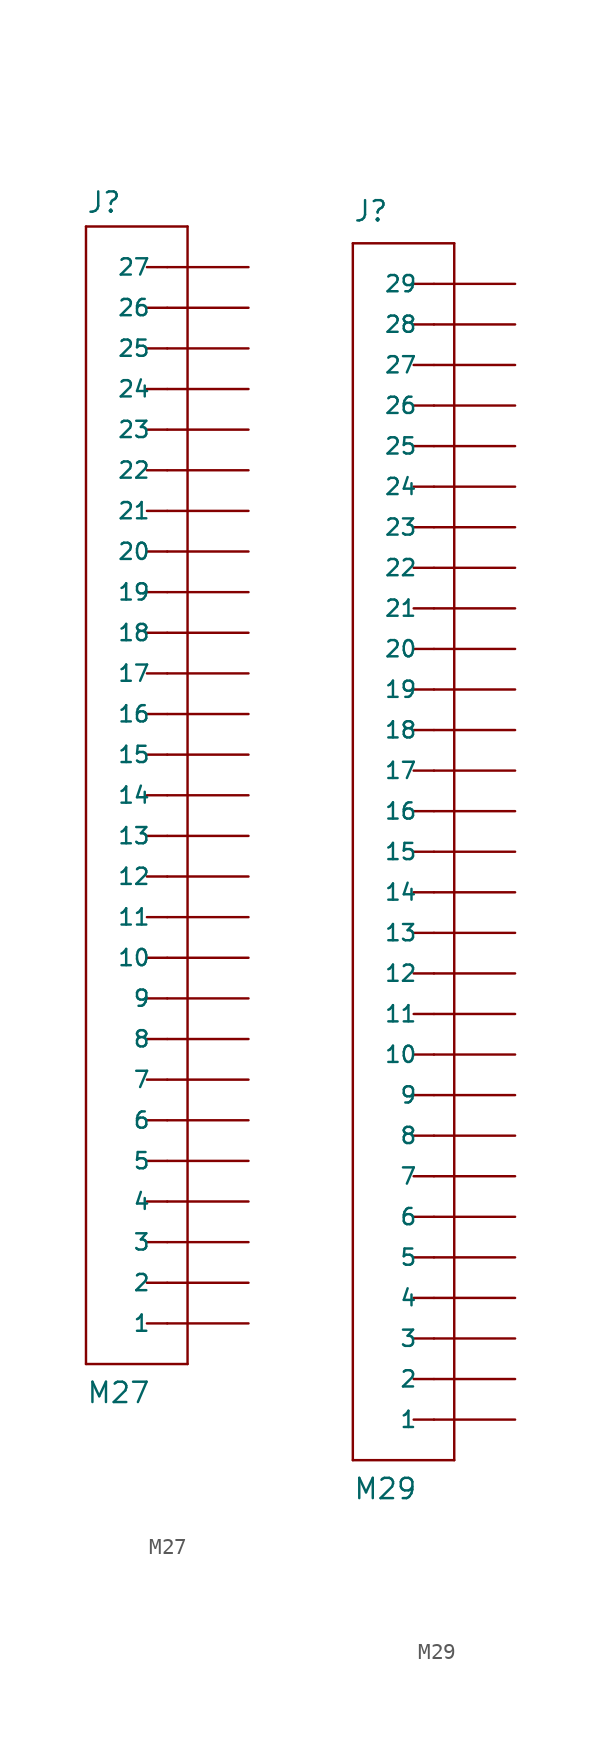
<source format=kicad_sym>
(kicad_symbol_lib
  (version 20211014)
  (generator kicad_symbol_editor)
  (symbol "M27"
    (pin_numbers hide)
    (pin_names
      (offset 1.016))
    (property "Reference" "J"
      (at 0 36.322 0)
      (effects (font (size 1.27 1.27)) (justify left bottom)))
    (property "Value" "M27"
      (at 0 -38.1 0)
      (effects (font (size 1.27 1.27)) (justify left bottom)))
    (property "Datasheet" ""
      (at 0 0 0)
      (effects (font (size 1.524 1.524))))
    (property "ki_locked" ""
      (at 0 0 0)
      (effects (font (size 1.27 1.27))))
    (symbol "M27_1_0"
      (polyline (pts (xy 0 35.56) (xy 0 -35.56)) (stroke (width 0) (type default) (color 0 0 0 0)) (fill (type none)))
      (polyline (pts (xy 0 35.56) (xy 6.35 35.56)) (stroke (width 0) (type default) (color 0 0 0 0)) (fill (type none)))
      (polyline (pts (xy 3.81 -33.02) (xy 5.08 -33.02)) (stroke (width 0) (type default) (color 0 0 0 0)) (fill (type none)))
      (polyline (pts (xy 3.81 -30.48) (xy 5.08 -30.48)) (stroke (width 0) (type default) (color 0 0 0 0)) (fill (type none)))
      (polyline (pts (xy 3.81 -27.94) (xy 5.08 -27.94)) (stroke (width 0) (type default) (color 0 0 0 0)) (fill (type none)))
      (polyline (pts (xy 3.81 -25.4) (xy 5.08 -25.4)) (stroke (width 0) (type default) (color 0 0 0 0)) (fill (type none)))
      (polyline (pts (xy 3.81 -22.86) (xy 5.08 -22.86)) (stroke (width 0) (type default) (color 0 0 0 0)) (fill (type none)))
      (polyline (pts (xy 3.81 -20.32) (xy 5.08 -20.32)) (stroke (width 0) (type default) (color 0 0 0 0)) (fill (type none)))
      (polyline (pts (xy 3.81 -17.78) (xy 5.08 -17.78)) (stroke (width 0) (type default) (color 0 0 0 0)) (fill (type none)))
      (polyline (pts (xy 3.81 -15.24) (xy 5.08 -15.24)) (stroke (width 0) (type default) (color 0 0 0 0)) (fill (type none)))
      (polyline (pts (xy 3.81 -12.7) (xy 5.08 -12.7)) (stroke (width 0) (type default) (color 0 0 0 0)) (fill (type none)))
      (polyline (pts (xy 3.81 -10.16) (xy 5.08 -10.16)) (stroke (width 0) (type default) (color 0 0 0 0)) (fill (type none)))
      (polyline (pts (xy 3.81 -7.62) (xy 5.08 -7.62)) (stroke (width 0) (type default) (color 0 0 0 0)) (fill (type none)))
      (polyline (pts (xy 3.81 -5.08) (xy 5.08 -5.08)) (stroke (width 0) (type default) (color 0 0 0 0)) (fill (type none)))
      (polyline (pts (xy 3.81 -2.54) (xy 5.08 -2.54)) (stroke (width 0) (type default) (color 0 0 0 0)) (fill (type none)))
      (polyline (pts (xy 3.81 0) (xy 5.08 0)) (stroke (width 0) (type default) (color 0 0 0 0)) (fill (type none)))
      (polyline (pts (xy 3.81 2.54) (xy 5.08 2.54)) (stroke (width 0) (type default) (color 0 0 0 0)) (fill (type none)))
      (polyline (pts (xy 3.81 5.08) (xy 5.08 5.08)) (stroke (width 0) (type default) (color 0 0 0 0)) (fill (type none)))
      (polyline (pts (xy 3.81 7.62) (xy 5.08 7.62)) (stroke (width 0) (type default) (color 0 0 0 0)) (fill (type none)))
      (polyline (pts (xy 3.81 10.16) (xy 5.08 10.16)) (stroke (width 0) (type default) (color 0 0 0 0)) (fill (type none)))
      (polyline (pts (xy 3.81 12.7) (xy 5.08 12.7)) (stroke (width 0) (type default) (color 0 0 0 0)) (fill (type none)))
      (polyline (pts (xy 3.81 15.24) (xy 5.08 15.24)) (stroke (width 0) (type default) (color 0 0 0 0)) (fill (type none)))
      (polyline (pts (xy 3.81 17.78) (xy 5.08 17.78)) (stroke (width 0) (type default) (color 0 0 0 0)) (fill (type none)))
      (polyline (pts (xy 3.81 20.32) (xy 5.08 20.32)) (stroke (width 0) (type default) (color 0 0 0 0)) (fill (type none)))
      (polyline (pts (xy 3.81 22.86) (xy 5.08 22.86)) (stroke (width 0) (type default) (color 0 0 0 0)) (fill (type none)))
      (polyline (pts (xy 3.81 25.4) (xy 5.08 25.4)) (stroke (width 0) (type default) (color 0 0 0 0)) (fill (type none)))
      (polyline (pts (xy 3.81 27.94) (xy 5.08 27.94)) (stroke (width 0) (type default) (color 0 0 0 0)) (fill (type none)))
      (polyline (pts (xy 3.81 30.48) (xy 5.08 30.48)) (stroke (width 0) (type default) (color 0 0 0 0)) (fill (type none)))
      (polyline (pts (xy 3.81 33.02) (xy 5.08 33.02)) (stroke (width 0) (type default) (color 0 0 0 0)) (fill (type none)))
      (polyline (pts (xy 6.35 -35.56) (xy 0 -35.56)) (stroke (width 0) (type default) (color 0 0 0 0)) (fill (type none)))
      (polyline (pts (xy 6.35 -35.56) (xy 6.35 35.56)) (stroke (width 0) (type default) (color 0 0 0 0)) (fill (type none))))
    (symbol "M27_1_1"
      (pin passive line (at 10.16 -33.02 180) (length 5.08) (name "1" (effects (font (size 1.016 1.016)))) (number "1" (effects (font (size 1.016 1.016)))))
      (pin passive line (at 10.16 -10.16 180) (length 5.08) (name "10" (effects (font (size 1.016 1.016)))) (number "10" (effects (font (size 1.016 1.016)))))
      (pin passive line (at 10.16 -7.62 180) (length 5.08) (name "11" (effects (font (size 1.016 1.016)))) (number "11" (effects (font (size 1.016 1.016)))))
      (pin passive line (at 10.16 -5.08 180) (length 5.08) (name "12" (effects (font (size 1.016 1.016)))) (number "12" (effects (font (size 1.016 1.016)))))
      (pin passive line (at 10.16 -2.54 180) (length 5.08) (name "13" (effects (font (size 1.016 1.016)))) (number "13" (effects (font (size 1.016 1.016)))))
      (pin passive line (at 10.16 0 180) (length 5.08) (name "14" (effects (font (size 1.016 1.016)))) (number "14" (effects (font (size 1.016 1.016)))))
      (pin passive line (at 10.16 2.54 180) (length 5.08) (name "15" (effects (font (size 1.016 1.016)))) (number "15" (effects (font (size 1.016 1.016)))))
      (pin passive line (at 10.16 5.08 180) (length 5.08) (name "16" (effects (font (size 1.016 1.016)))) (number "16" (effects (font (size 1.016 1.016)))))
      (pin passive line (at 10.16 7.62 180) (length 5.08) (name "17" (effects (font (size 1.016 1.016)))) (number "17" (effects (font (size 1.016 1.016)))))
      (pin passive line (at 10.16 10.16 180) (length 5.08) (name "18" (effects (font (size 1.016 1.016)))) (number "18" (effects (font (size 1.016 1.016)))))
      (pin passive line (at 10.16 12.7 180) (length 5.08) (name "19" (effects (font (size 1.016 1.016)))) (number "19" (effects (font (size 1.016 1.016)))))
      (pin passive line (at 10.16 -30.48 180) (length 5.08) (name "2" (effects (font (size 1.016 1.016)))) (number "2" (effects (font (size 1.016 1.016)))))
      (pin passive line (at 10.16 15.24 180) (length 5.08) (name "20" (effects (font (size 1.016 1.016)))) (number "20" (effects (font (size 1.016 1.016)))))
      (pin passive line (at 10.16 17.78 180) (length 5.08) (name "21" (effects (font (size 1.016 1.016)))) (number "21" (effects (font (size 1.016 1.016)))))
      (pin passive line (at 10.16 20.32 180) (length 5.08) (name "22" (effects (font (size 1.016 1.016)))) (number "22" (effects (font (size 1.016 1.016)))))
      (pin passive line (at 10.16 22.86 180) (length 5.08) (name "23" (effects (font (size 1.016 1.016)))) (number "23" (effects (font (size 1.016 1.016)))))
      (pin passive line (at 10.16 25.4 180) (length 5.08) (name "24" (effects (font (size 1.016 1.016)))) (number "24" (effects (font (size 1.016 1.016)))))
      (pin passive line (at 10.16 27.94 180) (length 5.08) (name "25" (effects (font (size 1.016 1.016)))) (number "25" (effects (font (size 1.016 1.016)))))
      (pin passive line (at 10.16 30.48 180) (length 5.08) (name "26" (effects (font (size 1.016 1.016)))) (number "26" (effects (font (size 1.016 1.016)))))
      (pin passive line (at 10.16 33.02 180) (length 5.08) (name "27" (effects (font (size 1.016 1.016)))) (number "27" (effects (font (size 1.016 1.016)))))
      (pin passive line (at 10.16 -27.94 180) (length 5.08) (name "3" (effects (font (size 1.016 1.016)))) (number "3" (effects (font (size 1.016 1.016)))))
      (pin passive line (at 10.16 -25.4 180) (length 5.08) (name "4" (effects (font (size 1.016 1.016)))) (number "4" (effects (font (size 1.016 1.016)))))
      (pin passive line (at 10.16 -22.86 180) (length 5.08) (name "5" (effects (font (size 1.016 1.016)))) (number "5" (effects (font (size 1.016 1.016)))))
      (pin passive line (at 10.16 -20.32 180) (length 5.08) (name "6" (effects (font (size 1.016 1.016)))) (number "6" (effects (font (size 1.016 1.016)))))
      (pin passive line (at 10.16 -17.78 180) (length 5.08) (name "7" (effects (font (size 1.016 1.016)))) (number "7" (effects (font (size 1.016 1.016)))))
      (pin passive line (at 10.16 -15.24 180) (length 5.08) (name "8" (effects (font (size 1.016 1.016)))) (number "8" (effects (font (size 1.016 1.016)))))
      (pin passive line (at 10.16 -12.7 180) (length 5.08) (name "9" (effects (font (size 1.016 1.016)))) (number "9" (effects (font (size 1.016 1.016)))))))
  (symbol "M29"
    (pin_numbers hide)
    (pin_names
      (offset 1.016))
    (property "Reference" "J"
      (at -2.54 39.37 0)
      (effects (font (size 1.27 1.27)) (justify left bottom)))
    (property "Value" "M29"
      (at -2.54 -40.64 0)
      (effects (font (size 1.27 1.27)) (justify left bottom)))
    (property "Datasheet" ""
      (at 0 0 0)
      (effects (font (size 1.524 1.524))))
    (property "ki_locked" ""
      (at 0 0 0)
      (effects (font (size 1.27 1.27))))
    (symbol "M29_1_0"
      (polyline (pts (xy -2.54 38.1) (xy -2.54 -38.1)) (stroke (width 0) (type default) (color 0 0 0 0)) (fill (type none)))
      (polyline (pts (xy -2.54 38.1) (xy 3.81 38.1)) (stroke (width 0) (type default) (color 0 0 0 0)) (fill (type none)))
      (polyline (pts (xy 1.27 -35.56) (xy 2.54 -35.56)) (stroke (width 0) (type default) (color 0 0 0 0)) (fill (type none)))
      (polyline (pts (xy 1.27 -33.02) (xy 2.54 -33.02)) (stroke (width 0) (type default) (color 0 0 0 0)) (fill (type none)))
      (polyline (pts (xy 1.27 -30.48) (xy 2.54 -30.48)) (stroke (width 0) (type default) (color 0 0 0 0)) (fill (type none)))
      (polyline (pts (xy 1.27 -27.94) (xy 2.54 -27.94)) (stroke (width 0) (type default) (color 0 0 0 0)) (fill (type none)))
      (polyline (pts (xy 1.27 -25.4) (xy 2.54 -25.4)) (stroke (width 0) (type default) (color 0 0 0 0)) (fill (type none)))
      (polyline (pts (xy 1.27 -22.86) (xy 2.54 -22.86)) (stroke (width 0) (type default) (color 0 0 0 0)) (fill (type none)))
      (polyline (pts (xy 1.27 -20.32) (xy 2.54 -20.32)) (stroke (width 0) (type default) (color 0 0 0 0)) (fill (type none)))
      (polyline (pts (xy 1.27 -17.78) (xy 2.54 -17.78)) (stroke (width 0) (type default) (color 0 0 0 0)) (fill (type none)))
      (polyline (pts (xy 1.27 -15.24) (xy 2.54 -15.24)) (stroke (width 0) (type default) (color 0 0 0 0)) (fill (type none)))
      (polyline (pts (xy 1.27 -12.7) (xy 2.54 -12.7)) (stroke (width 0) (type default) (color 0 0 0 0)) (fill (type none)))
      (polyline (pts (xy 1.27 -10.16) (xy 2.54 -10.16)) (stroke (width 0) (type default) (color 0 0 0 0)) (fill (type none)))
      (polyline (pts (xy 1.27 -7.62) (xy 2.54 -7.62)) (stroke (width 0) (type default) (color 0 0 0 0)) (fill (type none)))
      (polyline (pts (xy 1.27 -5.08) (xy 2.54 -5.08)) (stroke (width 0) (type default) (color 0 0 0 0)) (fill (type none)))
      (polyline (pts (xy 1.27 -2.54) (xy 2.54 -2.54)) (stroke (width 0) (type default) (color 0 0 0 0)) (fill (type none)))
      (polyline (pts (xy 1.27 0) (xy 2.54 0)) (stroke (width 0) (type default) (color 0 0 0 0)) (fill (type none)))
      (polyline (pts (xy 1.27 2.54) (xy 2.54 2.54)) (stroke (width 0) (type default) (color 0 0 0 0)) (fill (type none)))
      (polyline (pts (xy 1.27 5.08) (xy 2.54 5.08)) (stroke (width 0) (type default) (color 0 0 0 0)) (fill (type none)))
      (polyline (pts (xy 1.27 7.62) (xy 2.54 7.62)) (stroke (width 0) (type default) (color 0 0 0 0)) (fill (type none)))
      (polyline (pts (xy 1.27 10.16) (xy 2.54 10.16)) (stroke (width 0) (type default) (color 0 0 0 0)) (fill (type none)))
      (polyline (pts (xy 1.27 12.7) (xy 2.54 12.7)) (stroke (width 0) (type default) (color 0 0 0 0)) (fill (type none)))
      (polyline (pts (xy 1.27 15.24) (xy 2.54 15.24)) (stroke (width 0) (type default) (color 0 0 0 0)) (fill (type none)))
      (polyline (pts (xy 1.27 17.78) (xy 2.54 17.78)) (stroke (width 0) (type default) (color 0 0 0 0)) (fill (type none)))
      (polyline (pts (xy 1.27 20.32) (xy 2.54 20.32)) (stroke (width 0) (type default) (color 0 0 0 0)) (fill (type none)))
      (polyline (pts (xy 1.27 22.86) (xy 2.54 22.86)) (stroke (width 0) (type default) (color 0 0 0 0)) (fill (type none)))
      (polyline (pts (xy 1.27 25.4) (xy 2.54 25.4)) (stroke (width 0) (type default) (color 0 0 0 0)) (fill (type none)))
      (polyline (pts (xy 1.27 27.94) (xy 2.54 27.94)) (stroke (width 0) (type default) (color 0 0 0 0)) (fill (type none)))
      (polyline (pts (xy 1.27 30.48) (xy 2.54 30.48)) (stroke (width 0) (type default) (color 0 0 0 0)) (fill (type none)))
      (polyline (pts (xy 1.27 33.02) (xy 2.54 33.02)) (stroke (width 0) (type default) (color 0 0 0 0)) (fill (type none)))
      (polyline (pts (xy 1.27 35.56) (xy 2.54 35.56)) (stroke (width 0) (type default) (color 0 0 0 0)) (fill (type none)))
      (polyline (pts (xy 3.81 -38.1) (xy -2.54 -38.1)) (stroke (width 0) (type default) (color 0 0 0 0)) (fill (type none)))
      (polyline (pts (xy 3.81 -38.1) (xy 3.81 38.1)) (stroke (width 0) (type default) (color 0 0 0 0)) (fill (type none))))
    (symbol "M29_1_1"
      (pin passive line (at 7.62 -35.56 180) (length 5.08) (name "1" (effects (font (size 1.016 1.016)))) (number "1" (effects (font (size 1.016 1.016)))))
      (pin passive line (at 7.62 -12.7 180) (length 5.08) (name "10" (effects (font (size 1.016 1.016)))) (number "10" (effects (font (size 1.016 1.016)))))
      (pin passive line (at 7.62 -10.16 180) (length 5.08) (name "11" (effects (font (size 1.016 1.016)))) (number "11" (effects (font (size 1.016 1.016)))))
      (pin passive line (at 7.62 -7.62 180) (length 5.08) (name "12" (effects (font (size 1.016 1.016)))) (number "12" (effects (font (size 1.016 1.016)))))
      (pin passive line (at 7.62 -5.08 180) (length 5.08) (name "13" (effects (font (size 1.016 1.016)))) (number "13" (effects (font (size 1.016 1.016)))))
      (pin passive line (at 7.62 -2.54 180) (length 5.08) (name "14" (effects (font (size 1.016 1.016)))) (number "14" (effects (font (size 1.016 1.016)))))
      (pin passive line (at 7.62 0 180) (length 5.08) (name "15" (effects (font (size 1.016 1.016)))) (number "15" (effects (font (size 1.016 1.016)))))
      (pin passive line (at 7.62 2.54 180) (length 5.08) (name "16" (effects (font (size 1.016 1.016)))) (number "16" (effects (font (size 1.016 1.016)))))
      (pin passive line (at 7.62 5.08 180) (length 5.08) (name "17" (effects (font (size 1.016 1.016)))) (number "17" (effects (font (size 1.016 1.016)))))
      (pin passive line (at 7.62 7.62 180) (length 5.08) (name "18" (effects (font (size 1.016 1.016)))) (number "18" (effects (font (size 1.016 1.016)))))
      (pin passive line (at 7.62 10.16 180) (length 5.08) (name "19" (effects (font (size 1.016 1.016)))) (number "19" (effects (font (size 1.016 1.016)))))
      (pin passive line (at 7.62 -33.02 180) (length 5.08) (name "2" (effects (font (size 1.016 1.016)))) (number "2" (effects (font (size 1.016 1.016)))))
      (pin passive line (at 7.62 12.7 180) (length 5.08) (name "20" (effects (font (size 1.016 1.016)))) (number "20" (effects (font (size 1.016 1.016)))))
      (pin passive line (at 7.62 15.24 180) (length 5.08) (name "21" (effects (font (size 1.016 1.016)))) (number "21" (effects (font (size 1.016 1.016)))))
      (pin passive line (at 7.62 17.78 180) (length 5.08) (name "22" (effects (font (size 1.016 1.016)))) (number "22" (effects (font (size 1.016 1.016)))))
      (pin passive line (at 7.62 20.32 180) (length 5.08) (name "23" (effects (font (size 1.016 1.016)))) (number "23" (effects (font (size 1.016 1.016)))))
      (pin passive line (at 7.62 22.86 180) (length 5.08) (name "24" (effects (font (size 1.016 1.016)))) (number "24" (effects (font (size 1.016 1.016)))))
      (pin passive line (at 7.62 25.4 180) (length 5.08) (name "25" (effects (font (size 1.016 1.016)))) (number "25" (effects (font (size 1.016 1.016)))))
      (pin passive line (at 7.62 27.94 180) (length 5.08) (name "26" (effects (font (size 1.016 1.016)))) (number "26" (effects (font (size 1.016 1.016)))))
      (pin passive line (at 7.62 30.48 180) (length 5.08) (name "27" (effects (font (size 1.016 1.016)))) (number "27" (effects (font (size 1.016 1.016)))))
      (pin passive line (at 7.62 33.02 180) (length 5.08) (name "28" (effects (font (size 1.016 1.016)))) (number "28" (effects (font (size 1.016 1.016)))))
      (pin passive line (at 7.62 35.56 180) (length 5.08) (name "29" (effects (font (size 1.016 1.016)))) (number "29" (effects (font (size 1.016 1.016)))))
      (pin passive line (at 7.62 -30.48 180) (length 5.08) (name "3" (effects (font (size 1.016 1.016)))) (number "3" (effects (font (size 1.016 1.016)))))
      (pin passive line (at 7.62 -27.94 180) (length 5.08) (name "4" (effects (font (size 1.016 1.016)))) (number "4" (effects (font (size 1.016 1.016)))))
      (pin passive line (at 7.62 -25.4 180) (length 5.08) (name "5" (effects (font (size 1.016 1.016)))) (number "5" (effects (font (size 1.016 1.016)))))
      (pin passive line (at 7.62 -22.86 180) (length 5.08) (name "6" (effects (font (size 1.016 1.016)))) (number "6" (effects (font (size 1.016 1.016)))))
      (pin passive line (at 7.62 -20.32 180) (length 5.08) (name "7" (effects (font (size 1.016 1.016)))) (number "7" (effects (font (size 1.016 1.016)))))
      (pin passive line (at 7.62 -17.78 180) (length 5.08) (name "8" (effects (font (size 1.016 1.016)))) (number "8" (effects (font (size 1.016 1.016)))))
      (pin passive line (at 7.62 -15.24 180) (length 5.08) (name "9" (effects (font (size 1.016 1.016)))) (number "9" (effects (font (size 1.016 1.016))))))))
</source>
